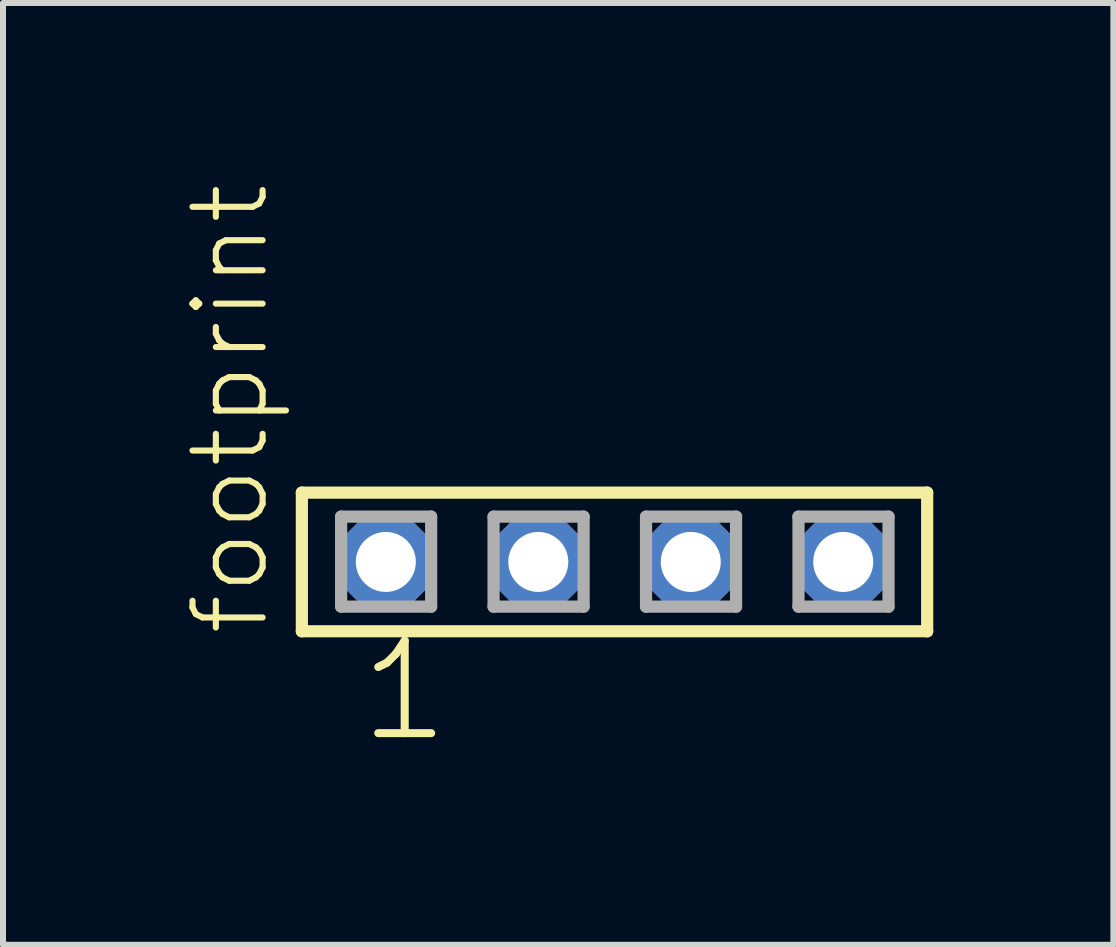
<source format=kicad_pcb>
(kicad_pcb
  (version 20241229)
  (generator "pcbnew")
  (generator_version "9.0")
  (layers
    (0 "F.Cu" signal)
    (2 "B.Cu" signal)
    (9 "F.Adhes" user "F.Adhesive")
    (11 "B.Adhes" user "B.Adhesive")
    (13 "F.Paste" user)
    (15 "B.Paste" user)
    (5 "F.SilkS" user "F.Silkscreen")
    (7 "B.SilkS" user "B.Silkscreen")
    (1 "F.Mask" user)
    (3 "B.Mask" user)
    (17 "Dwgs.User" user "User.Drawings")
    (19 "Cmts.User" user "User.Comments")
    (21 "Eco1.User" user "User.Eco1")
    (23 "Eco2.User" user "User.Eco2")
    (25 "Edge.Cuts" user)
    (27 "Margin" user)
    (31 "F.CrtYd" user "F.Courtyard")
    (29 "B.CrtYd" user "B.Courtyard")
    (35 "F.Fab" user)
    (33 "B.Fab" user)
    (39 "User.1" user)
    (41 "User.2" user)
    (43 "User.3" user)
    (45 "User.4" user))
  (footprint "footprint"
    (layer "F.Cu")
    (at 7.188 6.312)
    (property "Reference" "footprint" (at -5.715 1.27 90) (layer "F.SilkS") (effects (font (size 1.168 1.168) (thickness 0.102)) (justify left bottom)))
    (fp_line (start -5.209 -1.155) (end 5.209 -1.155) (stroke (width 0.203) (type solid)) (layer "F.SilkS"))
    (fp_line (start -5.209 1.155) (end -5.209 -1.155) (stroke (width 0.203) (type solid)) (layer "F.SilkS"))
    (fp_line (start 5.209 -1.155) (end 5.209 1.155) (stroke (width 0.203) (type solid)) (layer "F.SilkS"))
    (fp_line (start 5.209 1.155) (end -5.209 1.155) (stroke (width 0.203) (type solid)) (layer "F.SilkS"))
    (fp_line (start -4.555 -0.755) (end -3.055 -0.755) (stroke (width 0.203) (type solid)) (layer "F.Fab"))
    (fp_line (start -4.555 0.745) (end -4.555 -0.755) (stroke (width 0.203) (type solid)) (layer "F.Fab"))
    (fp_line (start -3.055 -0.755) (end -3.055 0.745) (stroke (width 0.203) (type solid)) (layer "F.Fab"))
    (fp_line (start -3.055 0.745) (end -4.555 0.745) (stroke (width 0.203) (type solid)) (layer "F.Fab"))
    (fp_line (start -2.015 -0.755) (end -0.515 -0.755) (stroke (width 0.203) (type solid)) (layer "F.Fab"))
    (fp_line (start -2.015 0.745) (end -2.015 -0.755) (stroke (width 0.203) (type solid)) (layer "F.Fab"))
    (fp_line (start -0.515 -0.755) (end -0.515 0.745) (stroke (width 0.203) (type solid)) (layer "F.Fab"))
    (fp_line (start -0.515 0.745) (end -2.015 0.745) (stroke (width 0.203) (type solid)) (layer "F.Fab"))
    (fp_line (start 0.525 -0.755) (end 2.025 -0.755) (stroke (width 0.203) (type solid)) (layer "F.Fab"))
    (fp_line (start 0.525 0.745) (end 0.525 -0.755) (stroke (width 0.203) (type solid)) (layer "F.Fab"))
    (fp_line (start 2.025 -0.755) (end 2.025 0.745) (stroke (width 0.203) (type solid)) (layer "F.Fab"))
    (fp_line (start 2.025 0.745) (end 0.525 0.745) (stroke (width 0.203) (type solid)) (layer "F.Fab"))
    (fp_line (start 3.065 -0.755) (end 4.565 -0.755) (stroke (width 0.203) (type solid)) (layer "F.Fab"))
    (fp_line (start 3.065 0.745) (end 3.065 -0.755) (stroke (width 0.203) (type solid)) (layer "F.Fab"))
    (fp_line (start 4.565 -0.755) (end 4.565 0.745) (stroke (width 0.203) (type solid)) (layer "F.Fab"))
    (fp_line (start 4.565 0.745) (end 3.065 0.745) (stroke (width 0.203) (type solid)) (layer "F.Fab"))
    (fp_text user "1" (at -4.318 3.048 0) (layer "F.SilkS") (effects (font (size 1.542 1.542) (thickness 0.134)) (justify left bottom)))
    (pad "1" thru_hole roundrect (at -3.81 0) (size 1.5 1.5) (drill 1) (layers "*.Cu" "*.Mask") (roundrect_rratio 0.25) (chamfer_ratio 0.25) (chamfer top_left top_right bottom_left bottom_right))
    (pad "2" thru_hole roundrect (at -1.27 0) (size 1.5 1.5) (drill 1) (layers "*.Cu" "*.Mask") (roundrect_rratio 0.25) (chamfer_ratio 0.25) (chamfer top_left top_right bottom_left bottom_right))
    (pad "3" thru_hole roundrect (at 1.27 0) (size 1.5 1.5) (drill 1) (layers "*.Cu" "*.Mask") (roundrect_rratio 0.25) (chamfer_ratio 0.25) (chamfer top_left top_right bottom_left bottom_right))
    (pad "4" thru_hole roundrect (at 3.81 0) (size 1.5 1.5) (drill 1) (layers "*.Cu" "*.Mask") (roundrect_rratio 0.25) (chamfer_ratio 0.25) (chamfer top_left top_right bottom_left bottom_right)))
  (gr_rect
    (start -3 -3)
    (end 15.499 12.691)
    (stroke (width 0.1) (type default))
    (fill no)
    (layer "Edge.Cuts")))
</source>
